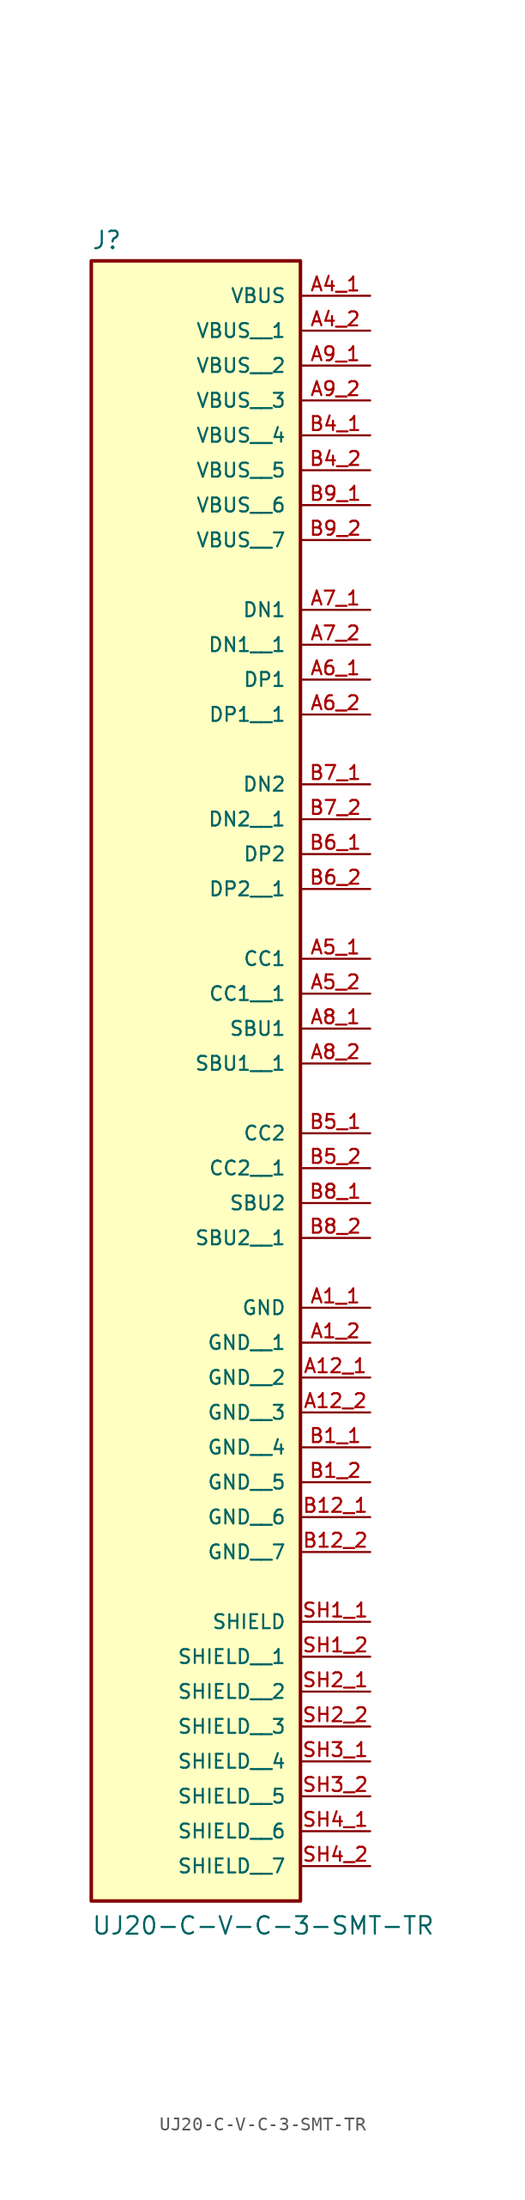
<source format=kicad_sym>
(kicad_symbol_lib
  (version 20211014)
  (generator kicad_symbol_editor)
  (symbol "UJ20-C-V-C-3-SMT-TR"
    (pin_names
      (offset 1.016))
    (property "Reference" "J"
      (at -7.62 23.622 0)
      (effects (font (size 1.27 1.27)) (justify bottom left)))
    (property "Value" "UJ20-C-V-C-3-SMT-TR"
      (at -7.62 -99.06 0)
      (effects (font (size 1.27 1.27)) (justify bottom left)))
    (symbol "UJ20-C-V-C-3-SMT-TR_0_0"
      (rectangle (start -7.62 -96.52) (end 7.62 22.86) (stroke (width 0.254)) (fill (type background)))
      (pin passive line (at 12.7 20.32 180.0) (length 5.08) (name "VBUS" (effects (font (size 1.016 1.016)))) (number "A4_1" (effects (font (size 1.016 1.016)))))
      (pin passive line (at 12.7 -76.2 180.0) (length 5.08) (name "SHIELD" (effects (font (size 1.016 1.016)))) (number "SH1_1" (effects (font (size 1.016 1.016)))))
      (pin passive line (at 12.7 -2.54 180.0) (length 5.08) (name "DN1" (effects (font (size 1.016 1.016)))) (number "A7_1" (effects (font (size 1.016 1.016)))))
      (pin passive line (at 12.7 -7.62 180.0) (length 5.08) (name "DP1" (effects (font (size 1.016 1.016)))) (number "A6_1" (effects (font (size 1.016 1.016)))))
      (pin passive line (at 12.7 -15.24 180.0) (length 5.08) (name "DN2" (effects (font (size 1.016 1.016)))) (number "B7_1" (effects (font (size 1.016 1.016)))))
      (pin passive line (at 12.7 -20.32 180.0) (length 5.08) (name "DP2" (effects (font (size 1.016 1.016)))) (number "B6_1" (effects (font (size 1.016 1.016)))))
      (pin passive line (at 12.7 -53.34 180.0) (length 5.08) (name "GND" (effects (font (size 1.016 1.016)))) (number "A1_1" (effects (font (size 1.016 1.016)))))
      (pin passive line (at 12.7 -27.94 180.0) (length 5.08) (name "CC1" (effects (font (size 1.016 1.016)))) (number "A5_1" (effects (font (size 1.016 1.016)))))
      (pin passive line (at 12.7 -33.02 180.0) (length 5.08) (name "SBU1" (effects (font (size 1.016 1.016)))) (number "A8_1" (effects (font (size 1.016 1.016)))))
      (pin passive line (at 12.7 -40.64 180.0) (length 5.08) (name "CC2" (effects (font (size 1.016 1.016)))) (number "B5_1" (effects (font (size 1.016 1.016)))))
      (pin passive line (at 12.7 -45.72 180.0) (length 5.08) (name "SBU2" (effects (font (size 1.016 1.016)))) (number "B8_1" (effects (font (size 1.016 1.016)))))
      (pin passive line (at 12.7 17.78 180.0) (length 5.08) (name "VBUS__1" (effects (font (size 1.016 1.016)))) (number "A4_2" (effects (font (size 1.016 1.016)))))
      (pin passive line (at 12.7 15.24 180.0) (length 5.08) (name "VBUS__2" (effects (font (size 1.016 1.016)))) (number "A9_1" (effects (font (size 1.016 1.016)))))
      (pin passive line (at 12.7 12.7 180.0) (length 5.08) (name "VBUS__3" (effects (font (size 1.016 1.016)))) (number "A9_2" (effects (font (size 1.016 1.016)))))
      (pin passive line (at 12.7 10.16 180.0) (length 5.08) (name "VBUS__4" (effects (font (size 1.016 1.016)))) (number "B4_1" (effects (font (size 1.016 1.016)))))
      (pin passive line (at 12.7 7.62 180.0) (length 5.08) (name "VBUS__5" (effects (font (size 1.016 1.016)))) (number "B4_2" (effects (font (size 1.016 1.016)))))
      (pin passive line (at 12.7 5.08 180.0) (length 5.08) (name "VBUS__6" (effects (font (size 1.016 1.016)))) (number "B9_1" (effects (font (size 1.016 1.016)))))
      (pin passive line (at 12.7 2.54 180.0) (length 5.08) (name "VBUS__7" (effects (font (size 1.016 1.016)))) (number "B9_2" (effects (font (size 1.016 1.016)))))
      (pin passive line (at 12.7 -5.08 180.0) (length 5.08) (name "DN1__1" (effects (font (size 1.016 1.016)))) (number "A7_2" (effects (font (size 1.016 1.016)))))
      (pin passive line (at 12.7 -10.16 180.0) (length 5.08) (name "DP1__1" (effects (font (size 1.016 1.016)))) (number "A6_2" (effects (font (size 1.016 1.016)))))
      (pin passive line (at 12.7 -17.78 180.0) (length 5.08) (name "DN2__1" (effects (font (size 1.016 1.016)))) (number "B7_2" (effects (font (size 1.016 1.016)))))
      (pin passive line (at 12.7 -22.86 180.0) (length 5.08) (name "DP2__1" (effects (font (size 1.016 1.016)))) (number "B6_2" (effects (font (size 1.016 1.016)))))
      (pin passive line (at 12.7 -30.48 180.0) (length 5.08) (name "CC1__1" (effects (font (size 1.016 1.016)))) (number "A5_2" (effects (font (size 1.016 1.016)))))
      (pin passive line (at 12.7 -35.56 180.0) (length 5.08) (name "SBU1__1" (effects (font (size 1.016 1.016)))) (number "A8_2" (effects (font (size 1.016 1.016)))))
      (pin passive line (at 12.7 -43.18 180.0) (length 5.08) (name "CC2__1" (effects (font (size 1.016 1.016)))) (number "B5_2" (effects (font (size 1.016 1.016)))))
      (pin passive line (at 12.7 -48.26 180.0) (length 5.08) (name "SBU2__1" (effects (font (size 1.016 1.016)))) (number "B8_2" (effects (font (size 1.016 1.016)))))
      (pin passive line (at 12.7 -55.88 180.0) (length 5.08) (name "GND__1" (effects (font (size 1.016 1.016)))) (number "A1_2" (effects (font (size 1.016 1.016)))))
      (pin passive line (at 12.7 -58.42 180.0) (length 5.08) (name "GND__2" (effects (font (size 1.016 1.016)))) (number "A12_1" (effects (font (size 1.016 1.016)))))
      (pin passive line (at 12.7 -60.96 180.0) (length 5.08) (name "GND__3" (effects (font (size 1.016 1.016)))) (number "A12_2" (effects (font (size 1.016 1.016)))))
      (pin passive line (at 12.7 -63.5 180.0) (length 5.08) (name "GND__4" (effects (font (size 1.016 1.016)))) (number "B1_1" (effects (font (size 1.016 1.016)))))
      (pin passive line (at 12.7 -66.04 180.0) (length 5.08) (name "GND__5" (effects (font (size 1.016 1.016)))) (number "B1_2" (effects (font (size 1.016 1.016)))))
      (pin passive line (at 12.7 -68.58 180.0) (length 5.08) (name "GND__6" (effects (font (size 1.016 1.016)))) (number "B12_1" (effects (font (size 1.016 1.016)))))
      (pin passive line (at 12.7 -71.12 180.0) (length 5.08) (name "GND__7" (effects (font (size 1.016 1.016)))) (number "B12_2" (effects (font (size 1.016 1.016)))))
      (pin passive line (at 12.7 -78.74 180.0) (length 5.08) (name "SHIELD__1" (effects (font (size 1.016 1.016)))) (number "SH1_2" (effects (font (size 1.016 1.016)))))
      (pin passive line (at 12.7 -81.28 180.0) (length 5.08) (name "SHIELD__2" (effects (font (size 1.016 1.016)))) (number "SH2_1" (effects (font (size 1.016 1.016)))))
      (pin passive line (at 12.7 -83.82 180.0) (length 5.08) (name "SHIELD__3" (effects (font (size 1.016 1.016)))) (number "SH2_2" (effects (font (size 1.016 1.016)))))
      (pin passive line (at 12.7 -86.36 180.0) (length 5.08) (name "SHIELD__4" (effects (font (size 1.016 1.016)))) (number "SH3_1" (effects (font (size 1.016 1.016)))))
      (pin passive line (at 12.7 -88.9 180.0) (length 5.08) (name "SHIELD__5" (effects (font (size 1.016 1.016)))) (number "SH3_2" (effects (font (size 1.016 1.016)))))
      (pin passive line (at 12.7 -91.44 180.0) (length 5.08) (name "SHIELD__6" (effects (font (size 1.016 1.016)))) (number "SH4_1" (effects (font (size 1.016 1.016)))))
      (pin passive line (at 12.7 -93.98 180.0) (length 5.08) (name "SHIELD__7" (effects (font (size 1.016 1.016)))) (number "SH4_2" (effects (font (size 1.016 1.016))))))))
</source>
